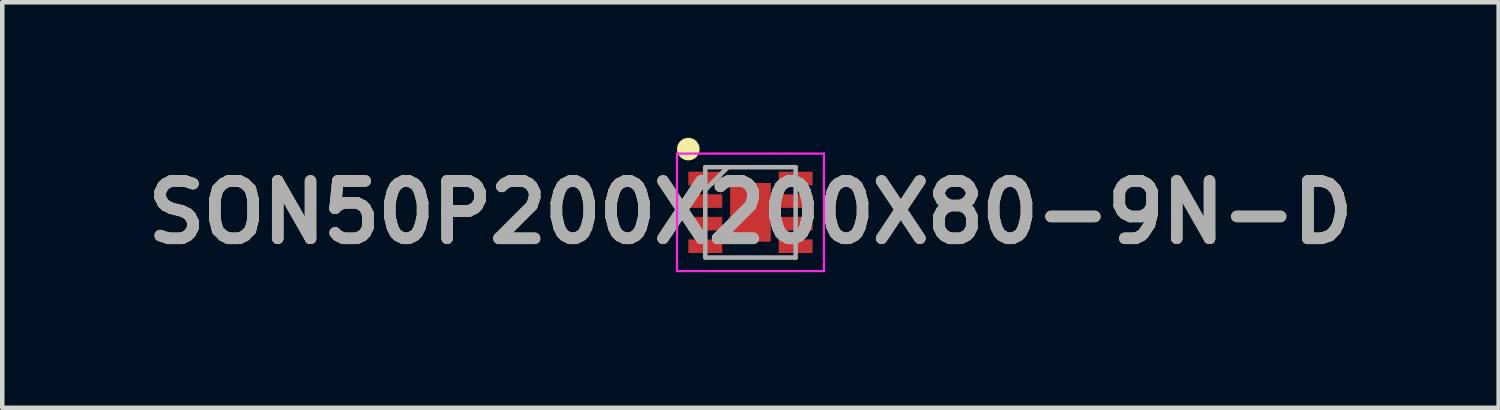
<source format=kicad_pcb>
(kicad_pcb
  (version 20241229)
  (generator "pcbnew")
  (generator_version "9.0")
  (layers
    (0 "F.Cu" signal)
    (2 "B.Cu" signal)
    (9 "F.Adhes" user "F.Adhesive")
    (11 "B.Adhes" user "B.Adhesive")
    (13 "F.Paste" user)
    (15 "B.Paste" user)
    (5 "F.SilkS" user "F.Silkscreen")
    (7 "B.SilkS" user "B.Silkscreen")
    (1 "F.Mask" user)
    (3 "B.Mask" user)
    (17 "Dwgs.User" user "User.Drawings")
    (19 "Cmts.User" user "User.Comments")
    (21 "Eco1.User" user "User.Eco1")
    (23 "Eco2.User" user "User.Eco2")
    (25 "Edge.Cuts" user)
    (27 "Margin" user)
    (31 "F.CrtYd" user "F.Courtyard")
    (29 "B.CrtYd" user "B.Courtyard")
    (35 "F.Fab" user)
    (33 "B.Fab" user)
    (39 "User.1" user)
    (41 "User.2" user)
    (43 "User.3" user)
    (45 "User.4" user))
  (footprint "SON50P200X200X80-9N-D"
    (layer "F.Cu")
    (at 13.559 1.65)
    (property "Reference" "SON50P200X200X80-9N-D" (at 0 0 0) (layer "F.SilkS") (effects (font (size 1.27 1.27) (thickness 0.254))))
    (attr smd)
    (fp_circle (center -1.375 -1.4) (end -1.375 -1.275) (stroke (width 0.25) (type solid)) (fill no) (layer "F.SilkS"))
    (fp_line (start -1.625 -1.3) (end 1.625 -1.3) (stroke (width 0.05) (type solid)) (layer "F.CrtYd"))
    (fp_line (start -1.625 1.3) (end -1.625 -1.3) (stroke (width 0.05) (type solid)) (layer "F.CrtYd"))
    (fp_line (start 1.625 -1.3) (end 1.625 1.3) (stroke (width 0.05) (type solid)) (layer "F.CrtYd"))
    (fp_line (start 1.625 1.3) (end -1.625 1.3) (stroke (width 0.05) (type solid)) (layer "F.CrtYd"))
    (fp_line (start -1 -1) (end 1 -1) (stroke (width 0.1) (type solid)) (layer "F.Fab"))
    (fp_line (start -1 -0.5) (end -0.5 -1) (stroke (width 0.1) (type solid)) (layer "F.Fab"))
    (fp_line (start -1 1) (end -1 -1) (stroke (width 0.1) (type solid)) (layer "F.Fab"))
    (fp_line (start 1 -1) (end 1 1) (stroke (width 0.1) (type solid)) (layer "F.Fab"))
    (fp_line (start 1 1) (end -1 1) (stroke (width 0.1) (type solid)) (layer "F.Fab"))
    (fp_text user "${REFERENCE}" (at 0 0 0) (layer "F.Fab") (effects (font (size 1.27 1.27) (thickness 0.254))))
    (pad "1" smd rect (at -1 -0.75 90) (size 0.3 0.75) (layers "F.Cu" "F.Mask" "F.Paste"))
    (pad "2" smd rect (at -1 -0.25 90) (size 0.3 0.75) (layers "F.Cu" "F.Mask" "F.Paste"))
    (pad "3" smd rect (at -1 0.25 90) (size 0.3 0.75) (layers "F.Cu" "F.Mask" "F.Paste"))
    (pad "4" smd rect (at -1 0.75 90) (size 0.3 0.75) (layers "F.Cu" "F.Mask" "F.Paste"))
    (pad "5" smd rect (at 1 0.75 90) (size 0.3 0.75) (layers "F.Cu" "F.Mask" "F.Paste"))
    (pad "6" smd rect (at 1 0.25 90) (size 0.3 0.75) (layers "F.Cu" "F.Mask" "F.Paste"))
    (pad "7" smd rect (at 1 -0.25 90) (size 0.3 0.75) (layers "F.Cu" "F.Mask" "F.Paste"))
    (pad "8" smd rect (at 1 -0.75 90) (size 0.3 0.75) (layers "F.Cu" "F.Mask" "F.Paste"))
    (pad "9" smd rect (at 0 0) (size 0.9 1.3) (layers "F.Cu" "F.Mask" "F.Paste")))
  (gr_rect
    (start -3 -3)
    (end 30.118 5.975)
    (stroke (width 0.1) (type default))
    (fill no)
    (layer "Edge.Cuts")))
</source>
